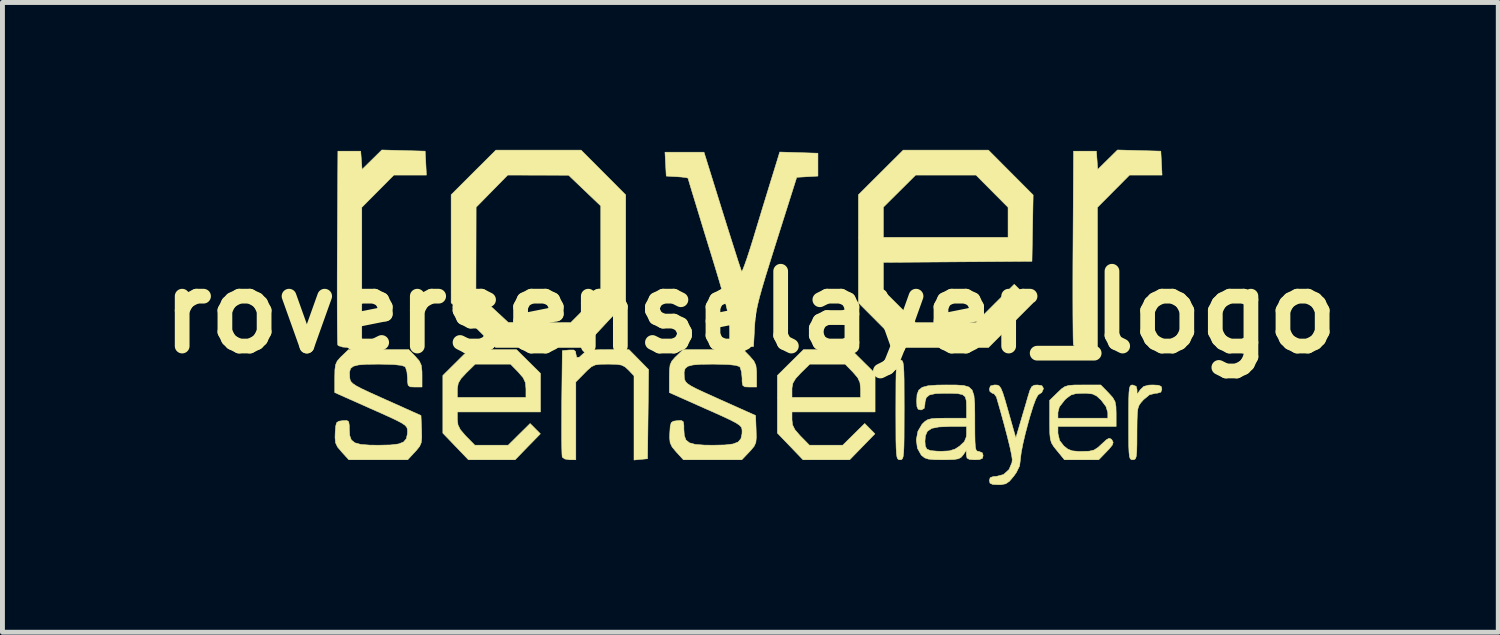
<source format=kicad_pcb>
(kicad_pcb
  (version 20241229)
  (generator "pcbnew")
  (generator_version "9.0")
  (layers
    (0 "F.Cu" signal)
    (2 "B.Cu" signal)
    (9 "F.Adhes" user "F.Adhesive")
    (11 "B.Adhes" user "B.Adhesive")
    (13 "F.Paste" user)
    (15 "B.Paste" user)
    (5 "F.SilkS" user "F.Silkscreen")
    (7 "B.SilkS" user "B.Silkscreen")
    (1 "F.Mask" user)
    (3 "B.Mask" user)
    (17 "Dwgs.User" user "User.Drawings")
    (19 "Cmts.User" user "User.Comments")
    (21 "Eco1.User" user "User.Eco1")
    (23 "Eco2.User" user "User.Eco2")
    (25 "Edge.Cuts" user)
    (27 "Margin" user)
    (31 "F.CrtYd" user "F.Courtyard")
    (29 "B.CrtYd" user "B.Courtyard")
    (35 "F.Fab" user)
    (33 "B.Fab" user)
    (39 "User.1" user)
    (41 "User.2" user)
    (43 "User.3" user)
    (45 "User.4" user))
  (footprint "roversenselayer_logo"
    (layer "F.Cu")
    (at 12.236 3.31)
    (property "Reference" "roversenselayer_logo" (at 0 0 0) (layer "F.SilkS") (effects (font (size 1.524 1.524) (thickness 0.3))))
    (attr through_hole)
    (fp_poly (pts (xy -7.067 -3.293) (xy -6.625 -3.281) (xy -6.612 -3.037) (xy -6.6 -2.794) (xy -6.931 -2.794) (xy -7.262 -2.794) (xy -7.589 -2.465) (xy -7.916 -2.136) (xy -7.916 0.72) (xy -8.15 0.72) (xy -8.305 0.71) (xy -8.392 0.682) (xy -8.405 0.667) (xy -8.409 0.615) (xy -8.412 0.487) (xy -8.414 0.291) (xy -8.416 0.037) (xy -8.417 -0.267) (xy -8.417 -0.612) (xy -8.416 -0.99) (xy -8.414 -1.333) (xy -8.403 -3.281) (xy -7.938 -3.281) (xy -7.924 -3.095) (xy -7.911 -2.908) (xy -7.508 -3.305) (xy -7.067 -3.293)) (stroke (width 0.01) (type solid)) (fill yes) (layer "F.SilkS"))
    (fp_poly (pts (xy 7.919 -3.293) (xy 8.361 -3.281) (xy 8.374 -3.037) (xy 8.386 -2.794) (xy 8.055 -2.794) (xy 7.724 -2.794) (xy 7.397 -2.465) (xy 7.07 -2.136) (xy 7.07 0.72) (xy 6.836 0.72) (xy 6.681 0.71) (xy 6.594 0.682) (xy 6.581 0.667) (xy 6.577 0.615) (xy 6.574 0.487) (xy 6.572 0.291) (xy 6.57 0.037) (xy 6.569 -0.267) (xy 6.569 -0.612) (xy 6.57 -0.99) (xy 6.572 -1.333) (xy 6.583 -3.281) (xy 7.048 -3.281) (xy 7.062 -3.095) (xy 7.075 -2.908) (xy 7.478 -3.305) (xy 7.919 -3.293)) (stroke (width 0.01) (type solid)) (fill yes) (layer "F.SilkS"))
    (fp_poly (pts (xy -4.317 -3.302) (xy -3.449 -3.302) (xy -2.994 -2.846) (xy -2.54 -2.39) (xy -2.54 -0.205) (xy -3.404 0.72) (xy -5.187 0.72) (xy -5.642 0.264) (xy -6.096 -0.192) (xy -6.096 -0.402) (xy -5.591 -0.402) (xy -5.261 -0.096) (xy -4.932 0.209) (xy -4.296 0.21) (xy -3.66 0.212) (xy -3.354 -0.096) (xy -3.048 -0.404) (xy -3.048 -2.165) (xy -3.376 -2.478) (xy -3.704 -2.791) (xy -4.323 -2.792) (xy -4.943 -2.794) (xy -5.265 -2.466) (xy -5.587 -2.138) (xy -5.589 -1.27) (xy -5.591 -0.402) (xy -6.096 -0.402) (xy -6.096 -2.393) (xy -5.64 -2.848) (xy -5.184 -3.302) (xy -4.317 -3.302)) (stroke (width 0.01) (type solid)) (fill yes) (layer "F.SilkS"))
    (fp_poly (pts (xy 3.981 -3.302) (xy 4.849 -3.302) (xy 5.304 -2.845) (xy 5.76 -2.388) (xy 5.748 -1.713) (xy 5.736 -1.037) (xy 2.709 -1.015) (xy 2.709 -0.443) (xy 3.367 0.212) (xy 4.592 0.212) (xy 4.983 -0.179) (xy 5.375 -0.569) (xy 5.567 -0.381) (xy 5.758 -0.193) (xy 5.304 0.263) (xy 4.849 0.72) (xy 3.11 0.72) (xy 2.656 0.264) (xy 2.201 -0.192) (xy 2.201 -2.14) (xy 2.709 -2.14) (xy 2.709 -1.524) (xy 5.249 -1.524) (xy 5.249 -2.136) (xy 4.922 -2.465) (xy 4.595 -2.794) (xy 3.367 -2.794) (xy 2.709 -2.14) (xy 2.201 -2.14) (xy 2.201 -2.393) (xy 2.657 -2.848) (xy 3.113 -3.302) (xy 3.981 -3.302)) (stroke (width 0.01) (type solid)) (fill yes) (layer "F.SilkS"))
    (fp_poly (pts (xy 3.075 0.977) (xy 3.095 0.992) (xy 3.11 1.03) (xy 3.12 1.1) (xy 3.127 1.212) (xy 3.131 1.377) (xy 3.132 1.604) (xy 3.133 1.904) (xy 3.133 1.99) (xy 3.132 2.308) (xy 3.131 2.552) (xy 3.128 2.732) (xy 3.122 2.856) (xy 3.113 2.936) (xy 3.099 2.981) (xy 3.08 3.001) (xy 3.055 3.006) (xy 3.048 3.006) (xy 3.021 3.003) (xy 3.001 2.987) (xy 2.986 2.95) (xy 2.976 2.879) (xy 2.969 2.767) (xy 2.965 2.602) (xy 2.964 2.375) (xy 2.963 2.076) (xy 2.963 1.99) (xy 2.964 1.671) (xy 2.965 1.427) (xy 2.968 1.248) (xy 2.974 1.123) (xy 2.983 1.044) (xy 2.997 0.999) (xy 3.016 0.979) (xy 3.041 0.974) (xy 3.048 0.974) (xy 3.075 0.977)) (stroke (width 0.01) (type solid)) (fill yes) (layer "F.SilkS"))
    (fp_poly (pts (xy -4.276 1.246) (xy -4.276 2.032) (xy -5.969 2.032) (xy -5.969 2.189) (xy -5.956 2.296) (xy -5.908 2.393) (xy -5.81 2.508) (xy -5.791 2.528) (xy -5.613 2.709) (xy -4.934 2.709) (xy -4.711 2.488) (xy -4.487 2.267) (xy -4.278 2.477) (xy -4.536 2.741) (xy -4.793 3.006) (xy -5.744 3.006) (xy -6.005 2.734) (xy -6.265 2.463) (xy -6.265 1.575) (xy -5.969 1.575) (xy -5.969 1.736) (xy -4.572 1.736) (xy -4.572 1.558) (xy -4.583 1.435) (xy -4.629 1.335) (xy -4.725 1.223) (xy -4.729 1.219) (xy -4.886 1.058) (xy -5.606 1.058) (xy -5.787 1.236) (xy -5.895 1.352) (xy -5.95 1.445) (xy -5.968 1.545) (xy -5.969 1.575) (xy -6.265 1.575) (xy -6.265 1.289) (xy -5.734 0.762) (xy -4.765 0.762) (xy -4.276 1.246)) (stroke (width 0.01) (type solid)) (fill yes) (layer "F.SilkS"))
    (fp_poly (pts (xy 2.295 1.004) (xy 2.54 1.246) (xy 2.54 2.032) (xy 0.847 2.032) (xy 0.847 2.189) (xy 0.859 2.296) (xy 0.907 2.393) (xy 1.006 2.508) (xy 1.025 2.528) (xy 1.203 2.709) (xy 1.881 2.709) (xy 2.105 2.488) (xy 2.329 2.267) (xy 2.537 2.477) (xy 2.022 3.006) (xy 1.072 3.006) (xy 0.811 2.734) (xy 0.55 2.463) (xy 0.55 1.575) (xy 0.847 1.575) (xy 0.847 1.736) (xy 2.244 1.736) (xy 2.244 1.558) (xy 2.232 1.435) (xy 2.187 1.335) (xy 2.091 1.223) (xy 2.087 1.219) (xy 1.93 1.058) (xy 1.21 1.058) (xy 1.028 1.236) (xy 0.921 1.352) (xy 0.866 1.445) (xy 0.847 1.545) (xy 0.847 1.575) (xy 0.55 1.575) (xy 0.55 1.289) (xy 0.816 1.025) (xy 1.082 0.762) (xy 2.051 0.762) (xy 2.295 1.004)) (stroke (width 0.01) (type solid)) (fill yes) (layer "F.SilkS"))
    (fp_poly (pts (xy -2.273 0.965) (xy -2.073 1.169) (xy -2.084 2.077) (xy -2.095 2.985) (xy -2.233 2.998) (xy -2.371 3.011) (xy -2.371 1.296) (xy -2.484 1.177) (xy -2.553 1.114) (xy -2.623 1.078) (xy -2.723 1.062) (xy -2.878 1.058) (xy -2.899 1.058) (xy -3.057 1.06) (xy -3.161 1.074) (xy -3.238 1.11) (xy -3.319 1.181) (xy -3.378 1.24) (xy -3.556 1.421) (xy -3.556 3.006) (xy -3.684 3.006) (xy -3.781 2.99) (xy -3.833 2.952) (xy -3.838 2.896) (xy -3.842 2.768) (xy -3.845 2.58) (xy -3.845 2.343) (xy -3.844 2.07) (xy -3.843 1.841) (xy -3.831 0.783) (xy -3.694 0.77) (xy -3.598 0.77) (xy -3.56 0.803) (xy -3.556 0.844) (xy -3.538 0.919) (xy -3.486 0.917) (xy -3.408 0.847) (xy -3.363 0.808) (xy -3.3 0.783) (xy -3.202 0.769) (xy -3.051 0.763) (xy -2.902 0.762) (xy -2.473 0.762) (xy -2.273 0.965)) (stroke (width 0.01) (type solid)) (fill yes) (layer "F.SilkS"))
    (fp_poly (pts (xy 8.314 1.488) (xy 8.368 1.512) (xy 8.382 1.564) (xy 8.382 1.566) (xy 8.362 1.628) (xy 8.288 1.65) (xy 8.254 1.651) (xy 8.129 1.682) (xy 8.006 1.784) (xy 8.002 1.789) (xy 7.95 1.848) (xy 7.915 1.902) (xy 7.893 1.97) (xy 7.882 2.069) (xy 7.877 2.214) (xy 7.875 2.425) (xy 7.875 2.466) (xy 7.874 2.688) (xy 7.87 2.839) (xy 7.861 2.933) (xy 7.845 2.983) (xy 7.82 3.002) (xy 7.789 3.006) (xy 7.759 3.002) (xy 7.737 2.984) (xy 7.722 2.939) (xy 7.713 2.856) (xy 7.707 2.724) (xy 7.705 2.531) (xy 7.705 2.266) (xy 7.705 2.244) (xy 7.705 1.973) (xy 7.707 1.775) (xy 7.712 1.639) (xy 7.721 1.553) (xy 7.736 1.506) (xy 7.757 1.486) (xy 7.787 1.482) (xy 7.789 1.482) (xy 7.859 1.51) (xy 7.876 1.577) (xy 7.878 1.672) (xy 7.945 1.577) (xy 8.013 1.512) (xy 8.116 1.485) (xy 8.197 1.482) (xy 8.314 1.488)) (stroke (width 0.01) (type solid)) (fill yes) (layer "F.SilkS"))
    (fp_poly (pts (xy 7.294 1.642) (xy 7.381 1.738) (xy 7.428 1.821) (xy 7.447 1.922) (xy 7.451 2.066) (xy 7.451 2.328) (xy 6.265 2.328) (xy 6.265 2.469) (xy 6.299 2.613) (xy 6.384 2.723) (xy 6.467 2.789) (xy 6.557 2.824) (xy 6.687 2.836) (xy 6.753 2.836) (xy 6.901 2.831) (xy 6.999 2.808) (xy 7.084 2.753) (xy 7.156 2.686) (xy 7.25 2.6) (xy 7.306 2.568) (xy 7.347 2.583) (xy 7.366 2.603) (xy 7.39 2.651) (xy 7.373 2.706) (xy 7.306 2.788) (xy 7.258 2.838) (xy 7.095 3.006) (xy 6.398 3.006) (xy 6.247 2.821) (xy 6.178 2.735) (xy 6.134 2.663) (xy 6.11 2.583) (xy 6.099 2.473) (xy 6.096 2.311) (xy 6.096 2.216) (xy 6.096 2.04) (xy 6.265 2.04) (xy 6.265 2.159) (xy 7.281 2.159) (xy 7.281 2.045) (xy 7.245 1.923) (xy 7.146 1.791) (xy 7.056 1.708) (xy 6.97 1.666) (xy 6.853 1.652) (xy 6.778 1.651) (xy 6.631 1.658) (xy 6.532 1.686) (xy 6.443 1.751) (xy 6.405 1.786) (xy 6.294 1.929) (xy 6.265 2.04) (xy 6.096 2.04) (xy 6.096 1.795) (xy 6.257 1.638) (xy 6.337 1.562) (xy 6.405 1.516) (xy 6.484 1.492) (xy 6.599 1.483) (xy 6.773 1.482) (xy 7.137 1.482) (xy 7.294 1.642)) (stroke (width 0.01) (type solid)) (fill yes) (layer "F.SilkS"))
    (fp_poly (pts (xy 0.987 -3.251) (xy 1.376 -3.239) (xy 1.376 -2.773) (xy 0.944 -2.748) (xy 0.526 -1.427) (xy 0.409 -1.054) (xy 0.315 -0.752) (xy 0.242 -0.507) (xy 0.187 -0.311) (xy 0.147 -0.15) (xy 0.12 -0.016) (xy 0.102 0.104) (xy 0.091 0.221) (xy 0.086 0.296) (xy 0.064 0.699) (xy -0.18 0.711) (xy -0.423 0.724) (xy -0.423 0.383) (xy -0.425 0.284) (xy -0.432 0.187) (xy -0.446 0.082) (xy -0.471 -0.042) (xy -0.508 -0.194) (xy -0.561 -0.385) (xy -0.631 -0.626) (xy -0.721 -0.926) (xy -0.834 -1.295) (xy -0.847 -1.336) (xy -0.947 -1.661) (xy -1.038 -1.96) (xy -1.118 -2.223) (xy -1.185 -2.441) (xy -1.234 -2.604) (xy -1.263 -2.703) (xy -1.27 -2.73) (xy -1.308 -2.742) (xy -1.406 -2.754) (xy -1.492 -2.76) (xy -1.714 -2.773) (xy -1.727 -3.016) (xy -1.74 -3.26) (xy -0.945 -3.26) (xy -0.573 -2.064) (xy -0.478 -1.76) (xy -0.39 -1.482) (xy -0.313 -1.24) (xy -0.251 -1.045) (xy -0.205 -0.907) (xy -0.181 -0.836) (xy -0.178 -0.829) (xy -0.16 -0.855) (xy -0.122 -0.951) (xy -0.068 -1.104) (xy -0.003 -1.304) (xy 0.07 -1.537) (xy 0.073 -1.549) (xy 0.159 -1.832) (xy 0.249 -2.129) (xy 0.336 -2.412) (xy 0.411 -2.657) (xy 0.451 -2.785) (xy 0.598 -3.263) (xy 0.987 -3.251)) (stroke (width 0.01) (type solid)) (fill yes) (layer "F.SilkS"))
    (fp_poly (pts (xy 5.938 1.496) (xy 5.969 1.549) (xy 5.969 1.561) (xy 5.935 1.637) (xy 5.894 1.661) (xy 5.855 1.692) (xy 5.812 1.774) (xy 5.76 1.914) (xy 5.695 2.124) (xy 5.66 2.248) (xy 5.601 2.471) (xy 5.552 2.68) (xy 5.518 2.854) (xy 5.503 2.972) (xy 5.502 2.987) (xy 5.484 3.131) (xy 5.417 3.267) (xy 5.367 3.337) (xy 5.278 3.443) (xy 5.202 3.495) (xy 5.107 3.513) (xy 5.05 3.514) (xy 4.934 3.508) (xy 4.881 3.482) (xy 4.868 3.429) (xy 4.885 3.37) (xy 4.951 3.347) (xy 5.013 3.344) (xy 5.158 3.306) (xy 5.269 3.204) (xy 5.329 3.06) (xy 5.334 3) (xy 5.322 2.914) (xy 5.29 2.76) (xy 5.239 2.552) (xy 5.174 2.303) (xy 5.098 2.027) (xy 5.015 1.738) (xy 5.011 1.725) (xy 4.964 1.662) (xy 4.929 1.651) (xy 4.88 1.616) (xy 4.868 1.566) (xy 4.89 1.502) (xy 4.97 1.482) (xy 4.985 1.482) (xy 5.033 1.485) (xy 5.071 1.504) (xy 5.104 1.551) (xy 5.141 1.64) (xy 5.186 1.783) (xy 5.246 1.993) (xy 5.254 2.021) (xy 5.407 2.561) (xy 5.494 2.265) (xy 5.551 2.071) (xy 5.611 1.868) (xy 5.652 1.725) (xy 5.694 1.589) (xy 5.732 1.516) (xy 5.781 1.487) (xy 5.845 1.482) (xy 5.938 1.496)) (stroke (width 0.01) (type solid)) (fill yes) (layer "F.SilkS"))
    (fp_poly (pts (xy -6.824 0.902) (xy -6.744 0.994) (xy -6.704 1.082) (xy -6.69 1.202) (xy -6.689 1.283) (xy -6.689 1.524) (xy -6.837 1.524) (xy -6.929 1.52) (xy -6.972 1.49) (xy -6.984 1.413) (xy -6.985 1.342) (xy -6.996 1.217) (xy -7.024 1.126) (xy -7.036 1.109) (xy -7.109 1.083) (xy -7.265 1.066) (xy -7.503 1.059) (xy -7.581 1.058) (xy -7.819 1.061) (xy -7.984 1.074) (xy -8.089 1.101) (xy -8.146 1.148) (xy -8.166 1.221) (xy -8.163 1.32) (xy -8.156 1.37) (xy -8.138 1.412) (xy -8.099 1.453) (xy -8.029 1.5) (xy -7.917 1.559) (xy -7.753 1.636) (xy -7.525 1.739) (xy -7.429 1.782) (xy -6.71 2.104) (xy -6.698 2.396) (xy -6.695 2.553) (xy -6.705 2.656) (xy -6.738 2.733) (xy -6.803 2.814) (xy -6.834 2.847) (xy -6.981 3.006) (xy -8.18 3.006) (xy -8.325 2.847) (xy -8.41 2.746) (xy -8.451 2.66) (xy -8.461 2.551) (xy -8.458 2.456) (xy -8.448 2.322) (xy -8.429 2.251) (xy -8.386 2.221) (xy -8.308 2.209) (xy -8.223 2.205) (xy -8.183 2.23) (xy -8.171 2.304) (xy -8.17 2.383) (xy -8.162 2.512) (xy -8.129 2.602) (xy -8.058 2.66) (xy -7.938 2.693) (xy -7.755 2.707) (xy -7.57 2.709) (xy -7.334 2.704) (xy -7.17 2.684) (xy -7.066 2.644) (xy -7.009 2.577) (xy -6.987 2.478) (xy -6.985 2.425) (xy -6.988 2.379) (xy -7.002 2.34) (xy -7.038 2.301) (xy -7.107 2.255) (xy -7.218 2.197) (xy -7.383 2.12) (xy -7.61 2.018) (xy -7.726 1.967) (xy -8.467 1.637) (xy -8.467 1.335) (xy -8.464 1.174) (xy -8.45 1.07) (xy -8.417 0.996) (xy -8.355 0.924) (xy -8.327 0.897) (xy -8.187 0.762) (xy -6.959 0.762) (xy -6.824 0.902)) (stroke (width 0.01) (type solid)) (fill yes) (layer "F.SilkS"))
    (fp_poly (pts (xy -0.008 0.902) (xy 0.071 0.994) (xy 0.112 1.082) (xy 0.126 1.202) (xy 0.127 1.283) (xy 0.127 1.524) (xy -0.021 1.524) (xy -0.114 1.52) (xy -0.156 1.49) (xy -0.169 1.413) (xy -0.169 1.342) (xy -0.181 1.217) (xy -0.208 1.126) (xy -0.22 1.109) (xy -0.293 1.083) (xy -0.449 1.066) (xy -0.688 1.059) (xy -0.765 1.058) (xy -1.003 1.061) (xy -1.169 1.074) (xy -1.274 1.101) (xy -1.33 1.148) (xy -1.35 1.221) (xy -1.347 1.32) (xy -1.34 1.37) (xy -1.322 1.412) (xy -1.284 1.453) (xy -1.214 1.5) (xy -1.102 1.559) (xy -0.937 1.636) (xy -0.709 1.739) (xy -0.614 1.782) (xy 0.106 2.104) (xy 0.117 2.396) (xy 0.121 2.553) (xy 0.111 2.654) (xy 0.077 2.73) (xy 0.012 2.809) (xy -0.023 2.847) (xy -0.175 3.006) (xy -1.364 3.006) (xy -1.51 2.847) (xy -1.594 2.746) (xy -1.635 2.66) (xy -1.646 2.551) (xy -1.642 2.456) (xy -1.633 2.322) (xy -1.613 2.251) (xy -1.571 2.221) (xy -1.492 2.209) (xy -1.407 2.205) (xy -1.367 2.23) (xy -1.355 2.304) (xy -1.355 2.383) (xy -1.346 2.512) (xy -1.313 2.602) (xy -1.243 2.66) (xy -1.122 2.693) (xy -0.939 2.707) (xy -0.755 2.709) (xy -0.519 2.704) (xy -0.355 2.684) (xy -0.25 2.644) (xy -0.193 2.577) (xy -0.171 2.478) (xy -0.169 2.425) (xy -0.172 2.379) (xy -0.186 2.34) (xy -0.223 2.301) (xy -0.292 2.255) (xy -0.403 2.197) (xy -0.567 2.12) (xy -0.794 2.018) (xy -0.91 1.967) (xy -1.651 1.637) (xy -1.651 1.335) (xy -1.648 1.174) (xy -1.635 1.07) (xy -1.601 0.996) (xy -1.539 0.924) (xy -1.511 0.897) (xy -1.372 0.762) (xy -0.144 0.762) (xy -0.008 0.902)) (stroke (width 0.01) (type solid)) (fill yes) (layer "F.SilkS"))
    (fp_poly (pts (xy 4.196 1.483) (xy 4.348 1.493) (xy 4.452 1.524) (xy 4.518 1.588) (xy 4.554 1.696) (xy 4.569 1.86) (xy 4.572 2.091) (xy 4.572 2.236) (xy 4.573 2.473) (xy 4.576 2.637) (xy 4.583 2.743) (xy 4.596 2.802) (xy 4.618 2.829) (xy 4.649 2.836) (xy 4.657 2.836) (xy 4.727 2.866) (xy 4.741 2.921) (xy 4.727 2.976) (xy 4.67 3.001) (xy 4.572 3.006) (xy 4.462 2.999) (xy 4.413 2.971) (xy 4.4 2.91) (xy 4.398 2.815) (xy 4.332 2.91) (xy 4.29 2.958) (xy 4.234 2.986) (xy 4.142 3.001) (xy 3.993 3.005) (xy 3.918 3.006) (xy 3.741 3.003) (xy 3.626 2.992) (xy 3.551 2.967) (xy 3.495 2.924) (xy 3.479 2.908) (xy 3.402 2.77) (xy 3.384 2.628) (xy 3.556 2.628) (xy 3.563 2.728) (xy 3.595 2.788) (xy 3.669 2.819) (xy 3.802 2.831) (xy 3.891 2.833) (xy 4.051 2.825) (xy 4.169 2.788) (xy 4.261 2.728) (xy 4.359 2.636) (xy 4.398 2.539) (xy 4.403 2.474) (xy 4.403 2.328) (xy 4.057 2.328) (xy 3.84 2.337) (xy 3.694 2.366) (xy 3.606 2.425) (xy 3.565 2.519) (xy 3.556 2.628) (xy 3.384 2.628) (xy 3.38 2.599) (xy 3.412 2.427) (xy 3.496 2.283) (xy 3.5 2.278) (xy 3.559 2.222) (xy 3.617 2.187) (xy 3.698 2.168) (xy 3.82 2.16) (xy 4.006 2.159) (xy 4.403 2.159) (xy 4.403 1.931) (xy 4.399 1.806) (xy 4.377 1.725) (xy 4.323 1.679) (xy 4.22 1.657) (xy 4.054 1.651) (xy 3.963 1.651) (xy 3.771 1.658) (xy 3.649 1.685) (xy 3.583 1.739) (xy 3.558 1.828) (xy 3.556 1.871) (xy 3.54 1.96) (xy 3.484 1.989) (xy 3.471 1.99) (xy 3.418 1.977) (xy 3.393 1.923) (xy 3.387 1.808) (xy 3.387 1.806) (xy 3.395 1.677) (xy 3.429 1.588) (xy 3.5 1.53) (xy 3.621 1.498) (xy 3.805 1.484) (xy 3.987 1.482) (xy 4.196 1.483)) (stroke (width 0.01) (type solid)) (fill yes) (layer "F.SilkS")))
  (gr_rect
    (start -3 -3)
    (end 27.471 9.829)
    (stroke (width 0.1) (type default))
    (fill no)
    (layer "Edge.Cuts")))
</source>
